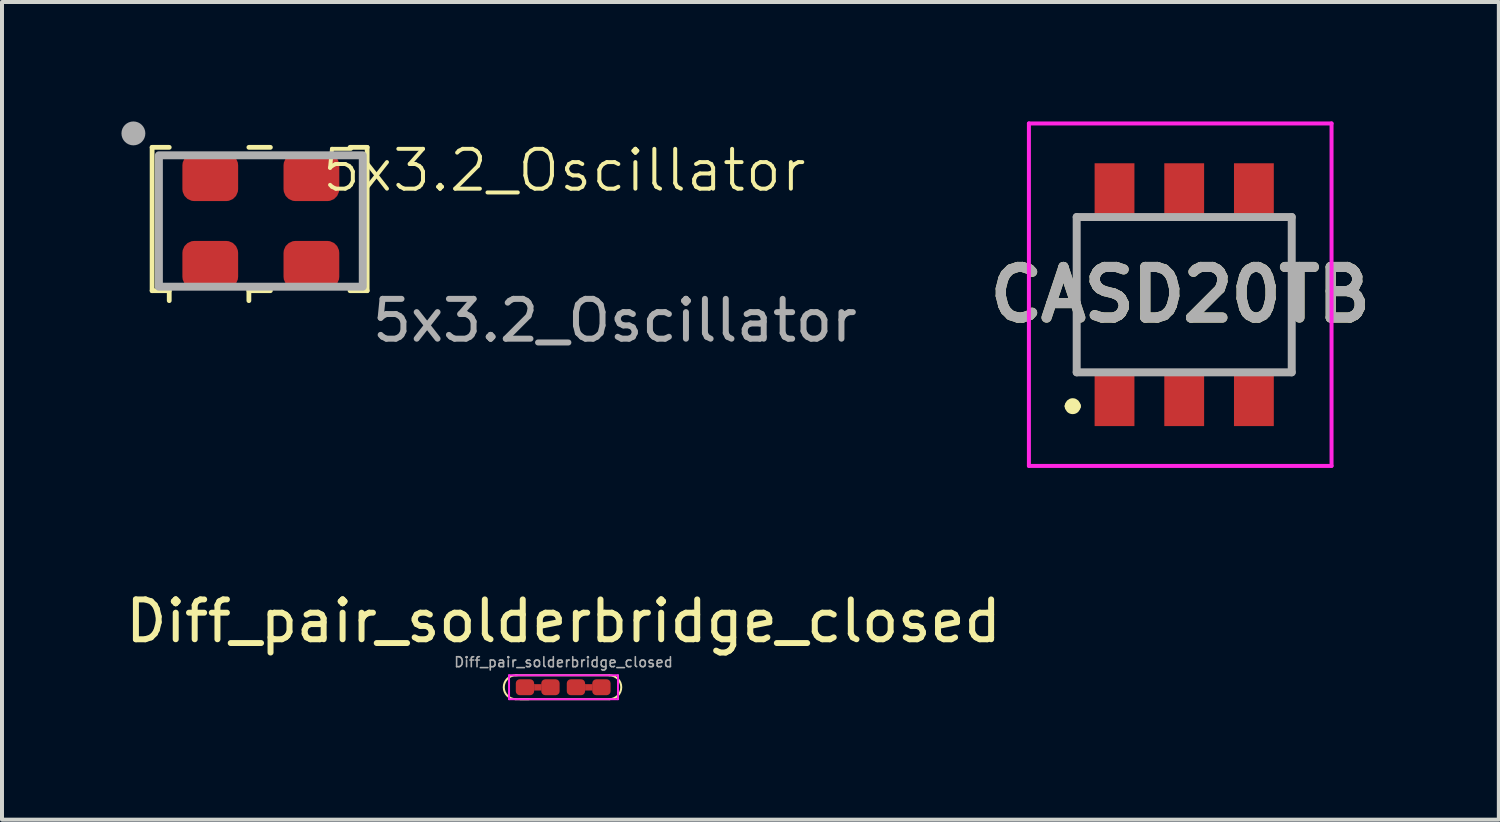
<source format=kicad_pcb>
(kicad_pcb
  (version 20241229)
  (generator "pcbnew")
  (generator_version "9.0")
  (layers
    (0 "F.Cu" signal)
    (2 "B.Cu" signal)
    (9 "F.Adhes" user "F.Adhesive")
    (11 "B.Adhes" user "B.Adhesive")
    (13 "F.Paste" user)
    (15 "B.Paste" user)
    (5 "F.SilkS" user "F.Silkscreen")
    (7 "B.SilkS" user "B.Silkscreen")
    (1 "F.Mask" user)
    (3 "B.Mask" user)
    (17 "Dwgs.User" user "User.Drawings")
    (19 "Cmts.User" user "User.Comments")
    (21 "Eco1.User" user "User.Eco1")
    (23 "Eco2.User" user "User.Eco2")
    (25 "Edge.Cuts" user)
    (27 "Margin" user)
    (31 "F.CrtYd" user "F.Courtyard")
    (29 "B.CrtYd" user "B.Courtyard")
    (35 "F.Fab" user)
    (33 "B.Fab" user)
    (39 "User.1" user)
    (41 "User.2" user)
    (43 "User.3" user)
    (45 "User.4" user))
  (footprint "Diff_pair_solderbridge_closed"
    (layer "F.Cu")
    (at 11.101 14.148)
    (property "Reference" "Diff_pair_solderbridge_closed" (at 0 -1.6 0) (layer "F.SilkS") (effects (font (size 1 1) (thickness 0.15))))
    (attr smd)
    (fp_poly (pts (xy -0.735 -0.015) (xy -0.558 -0.015) (xy -0.558 0.135) (xy -0.735 0.135)) (stroke (width 0.01) (type solid)) (fill yes) (layer "F.Cu"))
    (fp_poly (pts (xy 0.543 -0.015) (xy 0.722 -0.015) (xy 0.722 0.135) (xy 0.543 0.135)) (stroke (width 0.01) (type solid)) (fill yes) (layer "F.Cu"))
    (fp_line (start -1.2 0.36) (end -0.87 0.36) (stroke (width 0.05) (type default)) (layer "F.SilkS"))
    (fp_line (start -1.17 -0.24) (end -1.17 -0.24) (stroke (width 0.05) (type default)) (layer "F.SilkS"))
    (fp_line (start -1.09 0.36) (end 1.15 0.36) (stroke (width 0.05) (type default)) (layer "F.SilkS"))
    (fp_line (start 1.15 -0.24) (end -1.2 -0.24) (stroke (width 0.05) (type default)) (layer "F.SilkS"))
    (fp_arc (start -1.2 0.36) (mid -1.5 0.06) (end -1.2 -0.24) (stroke (width 0.05) (type default)) (layer "F.SilkS"))
    (fp_arc (start 1.15 -0.24) (mid 1.45 0.06) (end 1.15 0.36) (stroke (width 0.05) (type default)) (layer "F.SilkS"))
    (fp_line (start -1.368 -0.24) (end 1.368 -0.24) (stroke (width 0.05) (type solid)) (layer "F.CrtYd"))
    (fp_line (start -1.368 0.36) (end -1.368 -0.24) (stroke (width 0.05) (type solid)) (layer "F.CrtYd"))
    (fp_line (start 1.368 0.36) (end -1.368 0.36) (stroke (width 0.05) (type solid)) (layer "F.CrtYd"))
    (fp_line (start 1.368 0.36) (end 1.368 -0.24) (stroke (width 0.05) (type solid)) (layer "F.CrtYd"))
    (fp_text user "${REFERENCE}" (at 0 -0.57 0) (layer "F.Fab") (effects (font (size 0.25 0.25) (thickness 0.04))))
    (pad "1" smd roundrect (at -0.968 0.06) (size 0.46 0.4) (layers "F.Cu" "F.Mask") (roundrect_rratio 0.25))
    (pad "2" smd roundrect (at -0.328 0.06) (size 0.46 0.4) (layers "F.Cu" "F.Mask" "F.Paste") (roundrect_rratio 0.25))
    (pad "3" smd roundrect (at 0.952 0.06) (size 0.46 0.4) (layers "F.Cu" "F.Mask") (roundrect_rratio 0.25))
    (pad "4" smd roundrect (at 0.312 0.06) (size 0.46 0.4) (layers "F.Cu" "F.Mask" "F.Paste") (roundrect_rratio 0.25)))
  (footprint "CASD20TB"
    (layer "F.Cu")
    (at 26.688 4.35)
    (property "Reference" "CASD20TB" (at -0.1 0 0) (layer "F.SilkS") (effects (font (size 1.27 1.27) (thickness 0.254))))
    (attr smd)
    (fp_line (start -2.9 2.8) (end -2.9 2.8) (stroke (width 0.2) (type solid)) (layer "F.SilkS"))
    (fp_line (start -2.7 1.95) (end -2.7 -1.95) (stroke (width 0.1) (type solid)) (layer "F.SilkS"))
    (fp_line (start -2.7 2.8) (end -2.7 2.8) (stroke (width 0.2) (type solid)) (layer "F.SilkS"))
    (fp_line (start 2.7 1.95) (end 2.7 -1.95) (stroke (width 0.1) (type solid)) (layer "F.SilkS"))
    (fp_arc (start -2.9 2.8) (mid -2.8 2.7) (end -2.7 2.8) (stroke (width 0.2) (type solid)) (layer "F.SilkS"))
    (fp_arc (start -2.7 2.8) (mid -2.8 2.9) (end -2.9 2.8) (stroke (width 0.2) (type solid)) (layer "F.SilkS"))
    (fp_line (start -3.9 -4.3) (end 3.7 -4.3) (stroke (width 0.1) (type solid)) (layer "F.CrtYd"))
    (fp_line (start -3.9 4.3) (end -3.9 -4.3) (stroke (width 0.1) (type solid)) (layer "F.CrtYd"))
    (fp_line (start 3.7 -4.3) (end 3.7 4.3) (stroke (width 0.1) (type solid)) (layer "F.CrtYd"))
    (fp_line (start 3.7 4.3) (end -3.9 4.3) (stroke (width 0.1) (type solid)) (layer "F.CrtYd"))
    (fp_line (start -2.7 -1.95) (end 2.7 -1.95) (stroke (width 0.2) (type solid)) (layer "F.Fab"))
    (fp_line (start -2.7 1.95) (end -2.7 -1.95) (stroke (width 0.2) (type solid)) (layer "F.Fab"))
    (fp_line (start 2.7 -1.95) (end 2.7 1.95) (stroke (width 0.2) (type solid)) (layer "F.Fab"))
    (fp_line (start 2.7 1.95) (end -2.7 1.95) (stroke (width 0.2) (type solid)) (layer "F.Fab"))
    (fp_text user "${REFERENCE}" (at -0.1 0 0) (layer "F.Fab") (effects (font (size 1.27 1.27) (thickness 0.254))))
    (pad "1" smd rect (at -1.75 2.65) (size 1 1.3) (layers "F.Cu" "F.Mask" "F.Paste"))
    (pad "2" smd rect (at 0 2.65) (size 1 1.3) (layers "F.Cu" "F.Mask" "F.Paste"))
    (pad "3" smd rect (at 1.75 2.65) (size 1 1.3) (layers "F.Cu" "F.Mask" "F.Paste"))
    (pad "4" smd rect (at -1.75 -2.65) (size 1 1.3) (layers "F.Cu" "F.Mask" "F.Paste"))
    (pad "5" smd rect (at 0 -2.65) (size 1 1.3) (layers "F.Cu" "F.Mask" "F.Paste"))
    (pad "6" smd rect (at 1.75 -2.65) (size 1 1.3) (layers "F.Cu" "F.Mask" "F.Paste")))
  (footprint "5x3.2_Oscillator"
    (layer "F.Cu")
    (at 3.5 2.5)
    (property "Reference" "5x3.2_Oscillator" (at 7.62 -1.27 0) (unlocked yes) (layer "F.SilkS") (effects (font (size 1 1) (thickness 0.1))))
    (attr smd)
    (fp_line (start -2.73 -1.85) (end -2.3 -1.85) (stroke (width 0.12) (type solid)) (layer "F.SilkS"))
    (fp_line (start -2.73 1.75) (end -2.73 -1.85) (stroke (width 0.12) (type solid)) (layer "F.SilkS"))
    (fp_line (start -2.3 1.75) (end -2.73 1.75) (stroke (width 0.12) (type solid)) (layer "F.SilkS"))
    (fp_line (start -2.3 2) (end -2.3 1.75) (stroke (width 0.12) (type solid)) (layer "F.SilkS"))
    (fp_line (start -0.3 -1.85) (end 0.24 -1.85) (stroke (width 0.12) (type solid)) (layer "F.SilkS"))
    (fp_line (start -0.3 1.75) (end -0.3 2) (stroke (width 0.12) (type solid)) (layer "F.SilkS"))
    (fp_line (start 0.24 1.75) (end -0.3 1.75) (stroke (width 0.12) (type solid)) (layer "F.SilkS"))
    (fp_line (start 2.24 -1.85) (end 2.67 -1.85) (stroke (width 0.12) (type solid)) (layer "F.SilkS"))
    (fp_line (start 2.67 -1.85) (end 2.67 1.75) (stroke (width 0.12) (type solid)) (layer "F.SilkS"))
    (fp_line (start 2.67 1.75) (end 2.24 1.75) (stroke (width 0.12) (type solid)) (layer "F.SilkS"))
    (fp_rect (start -2.56 -1.65) (end 2.56 1.65) (stroke (width 0.2) (type default)) (fill no) (layer "F.Fab"))
    (fp_circle (center -3.2 -2.2) (end -3.05 -2.2) (stroke (width 0.3) (type default)) (fill no) (layer "F.Fab"))
    (fp_text user "${REFERENCE}" (at 8.89 2.5 0) (unlocked yes) (layer "F.Fab") (effects (font (size 1 1) (thickness 0.15))))
    (pad "1" smd roundrect (at -1.27 1.1) (size 1.4 1.2) (layers "F.Cu" "F.Mask" "F.Paste") (roundrect_rratio 0.25))
    (pad "2" smd roundrect (at 1.27 1.1) (size 1.4 1.2) (layers "F.Cu" "F.Mask" "F.Paste") (roundrect_rratio 0.25))
    (pad "3" smd roundrect (at 1.27 -1.1) (size 1.4 1.2) (layers "F.Cu" "F.Mask" "F.Paste") (roundrect_rratio 0.25))
    (pad "4" smd roundrect (at -1.27 -1.1) (size 1.4 1.2) (layers "F.Cu" "F.Mask" "F.Paste") (roundrect_rratio 0.25)))
  (gr_rect
    (start -3 -3)
    (end 34.589 17.533)
    (stroke (width 0.1) (type default))
    (fill no)
    (layer "Edge.Cuts")))
</source>
